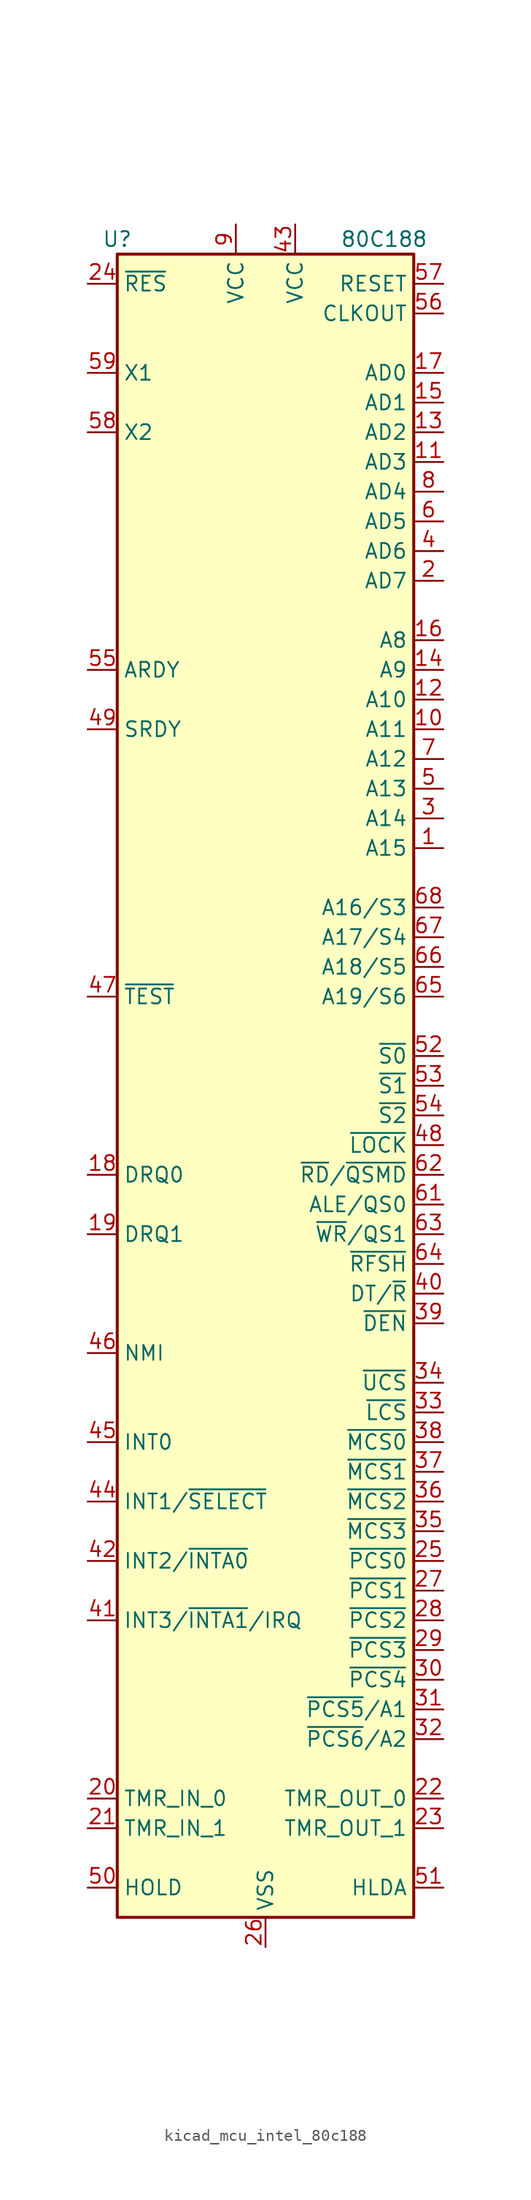
<source format=kicad_sym>
(kicad_symbol_lib
  (version 20220914)
  (generator kicad_symbol_editor)
  (symbol "kicad_mcu_intel_80c188"
    (property "Reference" "U"
      (at -12.7 72.39 0)
      (effects (font (size 1.27 1.27))))
    (property "Value" "80C188"
      (at 10.16 72.39 0)
      (effects (font (size 1.27 1.27))))
    (symbol "kicad_mcu_intel_80c188_0_1"
      (rectangle (start 12.7 -71.12) (end -12.7 71.12) (stroke (width 0.254) (type default)) (fill (type background))))
    (symbol "kicad_mcu_intel_80c188_1_1"
      (pin output line (at 15.24 20.32 180) (length 2.54) (name "A15" (effects (font (size 1.27 1.27)))) (number "1" (effects (font (size 1.27 1.27)))))
      (pin output line (at 15.24 30.48 180) (length 2.54) (name "A11" (effects (font (size 1.27 1.27)))) (number "10" (effects (font (size 1.27 1.27)))))
      (pin bidirectional line (at 15.24 53.34 180) (length 2.54) (name "AD3" (effects (font (size 1.27 1.27)))) (number "11" (effects (font (size 1.27 1.27)))))
      (pin output line (at 15.24 33.02 180) (length 2.54) (name "A10" (effects (font (size 1.27 1.27)))) (number "12" (effects (font (size 1.27 1.27)))))
      (pin bidirectional line (at 15.24 55.88 180) (length 2.54) (name "AD2" (effects (font (size 1.27 1.27)))) (number "13" (effects (font (size 1.27 1.27)))))
      (pin output line (at 15.24 35.56 180) (length 2.54) (name "A9" (effects (font (size 1.27 1.27)))) (number "14" (effects (font (size 1.27 1.27)))))
      (pin bidirectional line (at 15.24 58.42 180) (length 2.54) (name "AD1" (effects (font (size 1.27 1.27)))) (number "15" (effects (font (size 1.27 1.27)))))
      (pin output line (at 15.24 38.1 180) (length 2.54) (name "A8" (effects (font (size 1.27 1.27)))) (number "16" (effects (font (size 1.27 1.27)))))
      (pin bidirectional line (at 15.24 60.96 180) (length 2.54) (name "AD0" (effects (font (size 1.27 1.27)))) (number "17" (effects (font (size 1.27 1.27)))))
      (pin input line (at -15.24 -7.62 0) (length 2.54) (name "DRQ0" (effects (font (size 1.27 1.27)))) (number "18" (effects (font (size 1.27 1.27)))))
      (pin input line (at -15.24 -12.7 0) (length 2.54) (name "DRQ1" (effects (font (size 1.27 1.27)))) (number "19" (effects (font (size 1.27 1.27)))))
      (pin bidirectional line (at 15.24 43.18 180) (length 2.54) (name "AD7" (effects (font (size 1.27 1.27)))) (number "2" (effects (font (size 1.27 1.27)))))
      (pin input line (at -15.24 -60.96 0) (length 2.54) (name "TMR_IN_0" (effects (font (size 1.27 1.27)))) (number "20" (effects (font (size 1.27 1.27)))))
      (pin input line (at -15.24 -63.5 0) (length 2.54) (name "TMR_IN_1" (effects (font (size 1.27 1.27)))) (number "21" (effects (font (size 1.27 1.27)))))
      (pin output line (at 15.24 -60.96 180) (length 2.54) (name "TMR_OUT_0" (effects (font (size 1.27 1.27)))) (number "22" (effects (font (size 1.27 1.27)))))
      (pin output line (at 15.24 -63.5 180) (length 2.54) (name "TMR_OUT_1" (effects (font (size 1.27 1.27)))) (number "23" (effects (font (size 1.27 1.27)))))
      (pin input line (at -15.24 68.58 0) (length 2.54) (name "~{RES}" (effects (font (size 1.27 1.27)))) (number "24" (effects (font (size 1.27 1.27)))))
      (pin output line (at 15.24 -40.64 180) (length 2.54) (name "~{PCS0}" (effects (font (size 1.27 1.27)))) (number "25" (effects (font (size 1.27 1.27)))))
      (pin power_in line (at 0 -73.66 90) (length 2.54) (name "VSS" (effects (font (size 1.27 1.27)))) (number "26" (effects (font (size 1.27 1.27)))))
      (pin output line (at 15.24 -43.18 180) (length 2.54) (name "~{PCS1}" (effects (font (size 1.27 1.27)))) (number "27" (effects (font (size 1.27 1.27)))))
      (pin output line (at 15.24 -45.72 180) (length 2.54) (name "~{PCS2}" (effects (font (size 1.27 1.27)))) (number "28" (effects (font (size 1.27 1.27)))))
      (pin output line (at 15.24 -48.26 180) (length 2.54) (name "~{PCS3}" (effects (font (size 1.27 1.27)))) (number "29" (effects (font (size 1.27 1.27)))))
      (pin output line (at 15.24 22.86 180) (length 2.54) (name "A14" (effects (font (size 1.27 1.27)))) (number "3" (effects (font (size 1.27 1.27)))))
      (pin output line (at 15.24 -50.8 180) (length 2.54) (name "~{PCS4}" (effects (font (size 1.27 1.27)))) (number "30" (effects (font (size 1.27 1.27)))))
      (pin output line (at 15.24 -53.34 180) (length 2.54) (name "~{PCS5}/A1" (effects (font (size 1.27 1.27)))) (number "31" (effects (font (size 1.27 1.27)))))
      (pin output line (at 15.24 -55.88 180) (length 2.54) (name "~{PCS6}/A2" (effects (font (size 1.27 1.27)))) (number "32" (effects (font (size 1.27 1.27)))))
      (pin bidirectional line (at 15.24 -27.94 180) (length 2.54) (name "~{LCS}" (effects (font (size 1.27 1.27)))) (number "33" (effects (font (size 1.27 1.27)))))
      (pin bidirectional line (at 15.24 -25.4 180) (length 2.54) (name "~{UCS}" (effects (font (size 1.27 1.27)))) (number "34" (effects (font (size 1.27 1.27)))))
      (pin output line (at 15.24 -38.1 180) (length 2.54) (name "~{MCS3}" (effects (font (size 1.27 1.27)))) (number "35" (effects (font (size 1.27 1.27)))))
      (pin output line (at 15.24 -35.56 180) (length 2.54) (name "~{MCS2}" (effects (font (size 1.27 1.27)))) (number "36" (effects (font (size 1.27 1.27)))))
      (pin output line (at 15.24 -33.02 180) (length 2.54) (name "~{MCS1}" (effects (font (size 1.27 1.27)))) (number "37" (effects (font (size 1.27 1.27)))))
      (pin output line (at 15.24 -30.48 180) (length 2.54) (name "~{MCS0}" (effects (font (size 1.27 1.27)))) (number "38" (effects (font (size 1.27 1.27)))))
      (pin output line (at 15.24 -20.32 180) (length 2.54) (name "~{DEN}" (effects (font (size 1.27 1.27)))) (number "39" (effects (font (size 1.27 1.27)))))
      (pin bidirectional line (at 15.24 45.72 180) (length 2.54) (name "AD6" (effects (font (size 1.27 1.27)))) (number "4" (effects (font (size 1.27 1.27)))))
      (pin output line (at 15.24 -17.78 180) (length 2.54) (name "DT/~{R}" (effects (font (size 1.27 1.27)))) (number "40" (effects (font (size 1.27 1.27)))))
      (pin bidirectional line (at -15.24 -45.72 0) (length 2.54) (name "INT3/~{INTA1}/IRQ" (effects (font (size 1.27 1.27)))) (number "41" (effects (font (size 1.27 1.27)))))
      (pin bidirectional line (at -15.24 -40.64 0) (length 2.54) (name "INT2/~{INTA0}" (effects (font (size 1.27 1.27)))) (number "42" (effects (font (size 1.27 1.27)))))
      (pin power_in line (at 2.54 73.66 270) (length 2.54) (name "VCC" (effects (font (size 1.27 1.27)))) (number "43" (effects (font (size 1.27 1.27)))))
      (pin input line (at -15.24 -35.56 0) (length 2.54) (name "INT1/~{SELECT}" (effects (font (size 1.27 1.27)))) (number "44" (effects (font (size 1.27 1.27)))))
      (pin input line (at -15.24 -30.48 0) (length 2.54) (name "INT0" (effects (font (size 1.27 1.27)))) (number "45" (effects (font (size 1.27 1.27)))))
      (pin input line (at -15.24 -22.86 0) (length 2.54) (name "NMI" (effects (font (size 1.27 1.27)))) (number "46" (effects (font (size 1.27 1.27)))))
      (pin bidirectional line (at -15.24 7.62 0) (length 2.54) (name "~{TEST}" (effects (font (size 1.27 1.27)))) (number "47" (effects (font (size 1.27 1.27)))))
      (pin output line (at 15.24 -5.08 180) (length 2.54) (name "~{LOCK}" (effects (font (size 1.27 1.27)))) (number "48" (effects (font (size 1.27 1.27)))))
      (pin input line (at -15.24 30.48 0) (length 2.54) (name "SRDY" (effects (font (size 1.27 1.27)))) (number "49" (effects (font (size 1.27 1.27)))))
      (pin output line (at 15.24 25.4 180) (length 2.54) (name "A13" (effects (font (size 1.27 1.27)))) (number "5" (effects (font (size 1.27 1.27)))))
      (pin input line (at -15.24 -68.58 0) (length 2.54) (name "HOLD" (effects (font (size 1.27 1.27)))) (number "50" (effects (font (size 1.27 1.27)))))
      (pin output line (at 15.24 -68.58 180) (length 2.54) (name "HLDA" (effects (font (size 1.27 1.27)))) (number "51" (effects (font (size 1.27 1.27)))))
      (pin output line (at 15.24 2.54 180) (length 2.54) (name "~{S0}" (effects (font (size 1.27 1.27)))) (number "52" (effects (font (size 1.27 1.27)))))
      (pin output line (at 15.24 0 180) (length 2.54) (name "~{S1}" (effects (font (size 1.27 1.27)))) (number "53" (effects (font (size 1.27 1.27)))))
      (pin output line (at 15.24 -2.54 180) (length 2.54) (name "~{S2}" (effects (font (size 1.27 1.27)))) (number "54" (effects (font (size 1.27 1.27)))))
      (pin input line (at -15.24 35.56 0) (length 2.54) (name "ARDY" (effects (font (size 1.27 1.27)))) (number "55" (effects (font (size 1.27 1.27)))))
      (pin output line (at 15.24 66.04 180) (length 2.54) (name "CLKOUT" (effects (font (size 1.27 1.27)))) (number "56" (effects (font (size 1.27 1.27)))))
      (pin output line (at 15.24 68.58 180) (length 2.54) (name "RESET" (effects (font (size 1.27 1.27)))) (number "57" (effects (font (size 1.27 1.27)))))
      (pin output line (at -15.24 55.88 0) (length 2.54) (name "X2" (effects (font (size 1.27 1.27)))) (number "58" (effects (font (size 1.27 1.27)))))
      (pin input line (at -15.24 60.96 0) (length 2.54) (name "X1" (effects (font (size 1.27 1.27)))) (number "59" (effects (font (size 1.27 1.27)))))
      (pin bidirectional line (at 15.24 48.26 180) (length 2.54) (name "AD5" (effects (font (size 1.27 1.27)))) (number "6" (effects (font (size 1.27 1.27)))))
      (pin passive line (at 0 -73.66 90) (length 2.54) hide (name "VSS" (effects (font (size 1.27 1.27)))) (number "60" (effects (font (size 1.27 1.27)))))
      (pin output line (at 15.24 -10.16 180) (length 2.54) (name "ALE/QS0" (effects (font (size 1.27 1.27)))) (number "61" (effects (font (size 1.27 1.27)))))
      (pin bidirectional line (at 15.24 -7.62 180) (length 2.54) (name "~{RD}/~{QSMD}" (effects (font (size 1.27 1.27)))) (number "62" (effects (font (size 1.27 1.27)))))
      (pin output line (at 15.24 -12.7 180) (length 2.54) (name "~{WR}/QS1" (effects (font (size 1.27 1.27)))) (number "63" (effects (font (size 1.27 1.27)))))
      (pin output line (at 15.24 -15.24 180) (length 2.54) (name "~{RFSH}" (effects (font (size 1.27 1.27)))) (number "64" (effects (font (size 1.27 1.27)))))
      (pin output line (at 15.24 7.62 180) (length 2.54) (name "A19/S6" (effects (font (size 1.27 1.27)))) (number "65" (effects (font (size 1.27 1.27)))))
      (pin output line (at 15.24 10.16 180) (length 2.54) (name "A18/S5" (effects (font (size 1.27 1.27)))) (number "66" (effects (font (size 1.27 1.27)))))
      (pin output line (at 15.24 12.7 180) (length 2.54) (name "A17/S4" (effects (font (size 1.27 1.27)))) (number "67" (effects (font (size 1.27 1.27)))))
      (pin output line (at 15.24 15.24 180) (length 2.54) (name "A16/S3" (effects (font (size 1.27 1.27)))) (number "68" (effects (font (size 1.27 1.27)))))
      (pin output line (at 15.24 27.94 180) (length 2.54) (name "A12" (effects (font (size 1.27 1.27)))) (number "7" (effects (font (size 1.27 1.27)))))
      (pin bidirectional line (at 15.24 50.8 180) (length 2.54) (name "AD4" (effects (font (size 1.27 1.27)))) (number "8" (effects (font (size 1.27 1.27)))))
      (pin power_in line (at -2.54 73.66 270) (length 2.54) (name "VCC" (effects (font (size 1.27 1.27)))) (number "9" (effects (font (size 1.27 1.27))))))))
</source>
